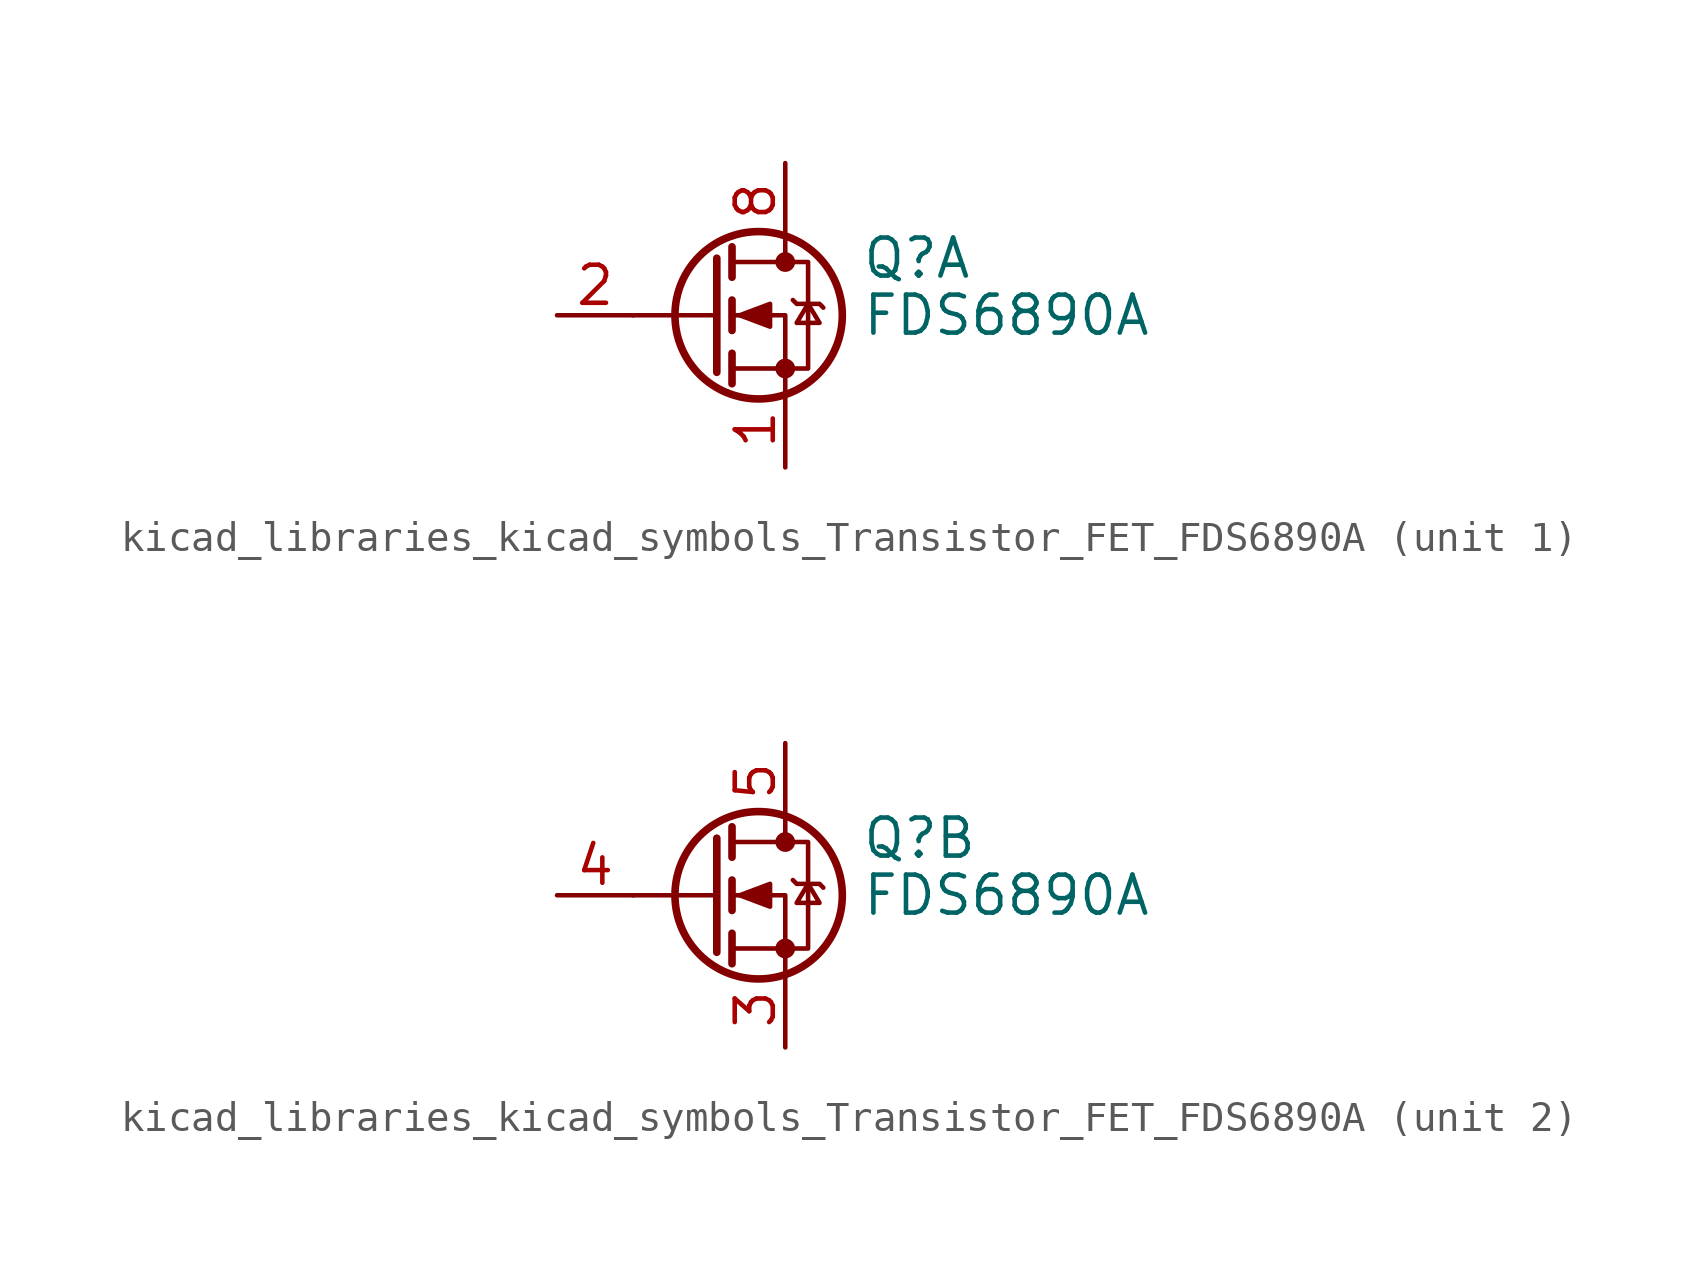
<source format=kicad_sym>
(kicad_symbol_lib
  (version 20220914)
  (generator kicad_symbol_editor)
  (symbol "kicad_libraries_kicad_symbols_Transistor_FET_FDS6890A"
    (pin_names hide)
    (property "Reference" "Q"
      (at 5.08 1.905 0)
      (effects (font (size 1.27 1.27)) (justify left)))
    (property "Value" "FDS6890A"
      (at 5.08 0 0)
      (effects (font (size 1.27 1.27)) (justify left)))
    (symbol "kicad_libraries_kicad_symbols_Transistor_FET_FDS6890A_0_1"
      (polyline (pts (xy 0.254 0) (xy -2.54 0)) (stroke (width 0) (type default)) (fill (type none)))
      (polyline (pts (xy 0.254 1.905) (xy 0.254 -1.905)) (stroke (width 0.254) (type default)) (fill (type none)))
      (polyline (pts (xy 0.762 -1.27) (xy 0.762 -2.286)) (stroke (width 0.254) (type default)) (fill (type none)))
      (polyline (pts (xy 0.762 0.508) (xy 0.762 -0.508)) (stroke (width 0.254) (type default)) (fill (type none)))
      (polyline (pts (xy 0.762 2.286) (xy 0.762 1.27)) (stroke (width 0.254) (type default)) (fill (type none)))
      (polyline (pts (xy 2.54 2.54) (xy 2.54 1.778)) (stroke (width 0) (type default)) (fill (type none)))
      (polyline (pts (xy 2.54 -2.54) (xy 2.54 0) (xy 0.762 0)) (stroke (width 0) (type default)) (fill (type none)))
      (polyline (pts (xy 0.762 -1.778) (xy 3.302 -1.778) (xy 3.302 1.778) (xy 0.762 1.778)) (stroke (width 0) (type default)) (fill (type none)))
      (polyline (pts (xy 1.016 0) (xy 2.032 0.381) (xy 2.032 -0.381) (xy 1.016 0)) (stroke (width 0) (type default)) (fill (type outline)))
      (polyline (pts (xy 2.794 0.508) (xy 2.921 0.381) (xy 3.683 0.381) (xy 3.81 0.254)) (stroke (width 0) (type default)) (fill (type none)))
      (polyline (pts (xy 3.302 0.381) (xy 2.921 -0.254) (xy 3.683 -0.254) (xy 3.302 0.381)) (stroke (width 0) (type default)) (fill (type none)))
      (circle (center 1.651 0) (radius 2.794) (stroke (width 0.254) (type default)) (fill (type none)))
      (circle (center 2.54 -1.778) (radius 0.254) (stroke (width 0) (type default)) (fill (type outline)))
      (circle (center 2.54 1.778) (radius 0.254) (stroke (width 0) (type default)) (fill (type outline))))
    (symbol "kicad_libraries_kicad_symbols_Transistor_FET_FDS6890A_1_1"
      (pin passive line (at 2.54 -5.08 90) (length 2.54) (name "S1" (effects (font (size 1.27 1.27)))) (number "1" (effects (font (size 1.27 1.27)))))
      (pin passive line (at -5.08 0 0) (length 2.54) (name "G1" (effects (font (size 1.27 1.27)))) (number "2" (effects (font (size 1.27 1.27)))))
      (pin passive line (at 2.54 5.08 270) (length 2.54) hide (name "D1" (effects (font (size 1.27 1.27)))) (number "7" (effects (font (size 1.27 1.27)))))
      (pin passive line (at 2.54 5.08 270) (length 2.54) (name "D1" (effects (font (size 1.27 1.27)))) (number "8" (effects (font (size 1.27 1.27))))))
    (symbol "kicad_libraries_kicad_symbols_Transistor_FET_FDS6890A_2_1"
      (pin passive line (at 2.54 -5.08 90) (length 2.54) (name "S2" (effects (font (size 1.27 1.27)))) (number "3" (effects (font (size 1.27 1.27)))))
      (pin passive line (at -5.08 0 0) (length 2.54) (name "G2" (effects (font (size 1.27 1.27)))) (number "4" (effects (font (size 1.27 1.27)))))
      (pin passive line (at 2.54 5.08 270) (length 2.54) (name "D2" (effects (font (size 1.27 1.27)))) (number "5" (effects (font (size 1.27 1.27)))))
      (pin passive line (at 2.54 5.08 270) (length 2.54) hide (name "D2" (effects (font (size 1.27 1.27)))) (number "6" (effects (font (size 1.27 1.27))))))))
</source>
